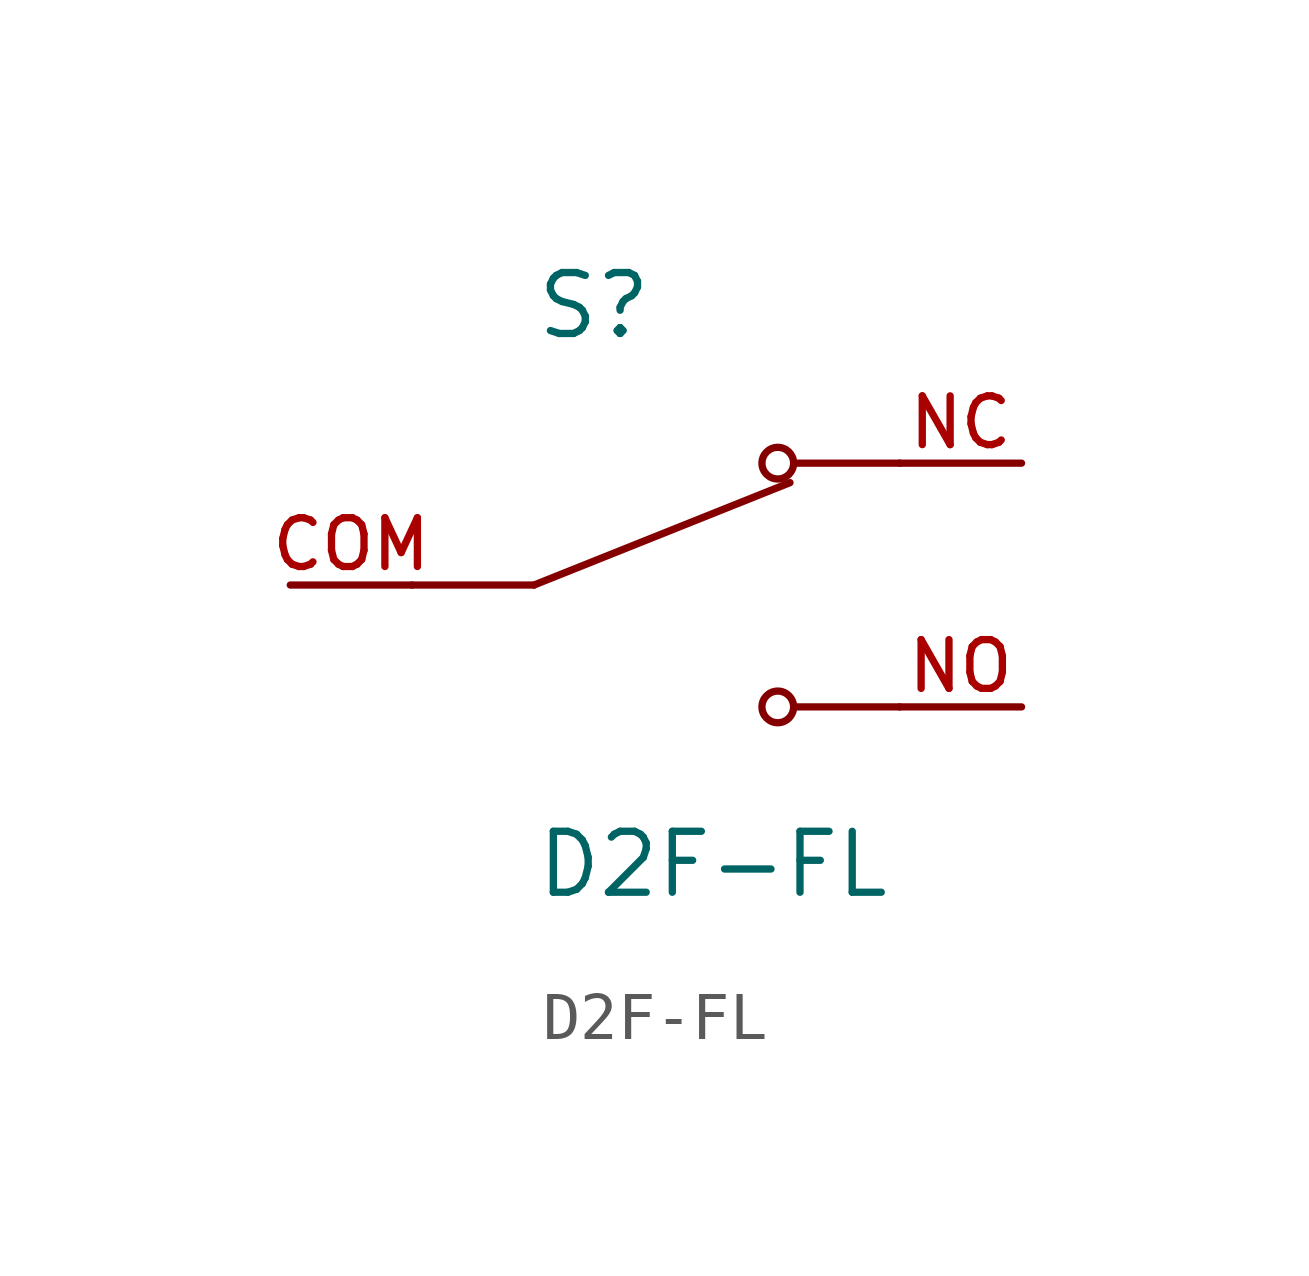
<source format=kicad_sym>
(kicad_symbol_lib
  (version 20211014)
  (generator kicad_symbol_editor)
  (symbol "D2F-FL"
    (pin_names
      (offset 1.016))
    (property "Reference" "S"
      (at -2.54 5.08 0)
      (effects (font (size 1.27 1.27)) (justify bottom left)))
    (property "Value" "D2F-FL"
      (at -2.54 -5.08 0)
      (effects (font (size 1.27 1.27)) (justify top left)))
    (symbol "D2F-FL_0_0"
      (polyline (pts (xy -2.54 0.0) (xy 2.794 2.134)) (stroke (width 0.152)))
      (circle (center 2.54 2.54) (radius 0.33) (stroke (width 0.152)) (fill (type none)))
      (circle (center 2.54 -2.54) (radius 0.33) (stroke (width 0.152)) (fill (type none)))
      (polyline (pts (xy 5.08 -2.54) (xy 2.921 -2.54)) (stroke (width 0.152)))
      (polyline (pts (xy 5.08 2.54) (xy 2.921 2.54)) (stroke (width 0.152)))
      (polyline (pts (xy -2.54 0.0) (xy -5.08 0.0)) (stroke (width 0.152)))
      (pin passive line (at 7.62 2.54 180.0) (length 2.54) (name "~" (effects (font (size 1.016 1.016)))) (number "NC" (effects (font (size 1.016 1.016)))))
      (pin passive line (at -7.62 0.0 0) (length 2.54) (name "~" (effects (font (size 1.016 1.016)))) (number "COM" (effects (font (size 1.016 1.016)))))
      (pin passive line (at 7.62 -2.54 180.0) (length 2.54) (name "~" (effects (font (size 1.016 1.016)))) (number "NO" (effects (font (size 1.016 1.016))))))))
</source>
